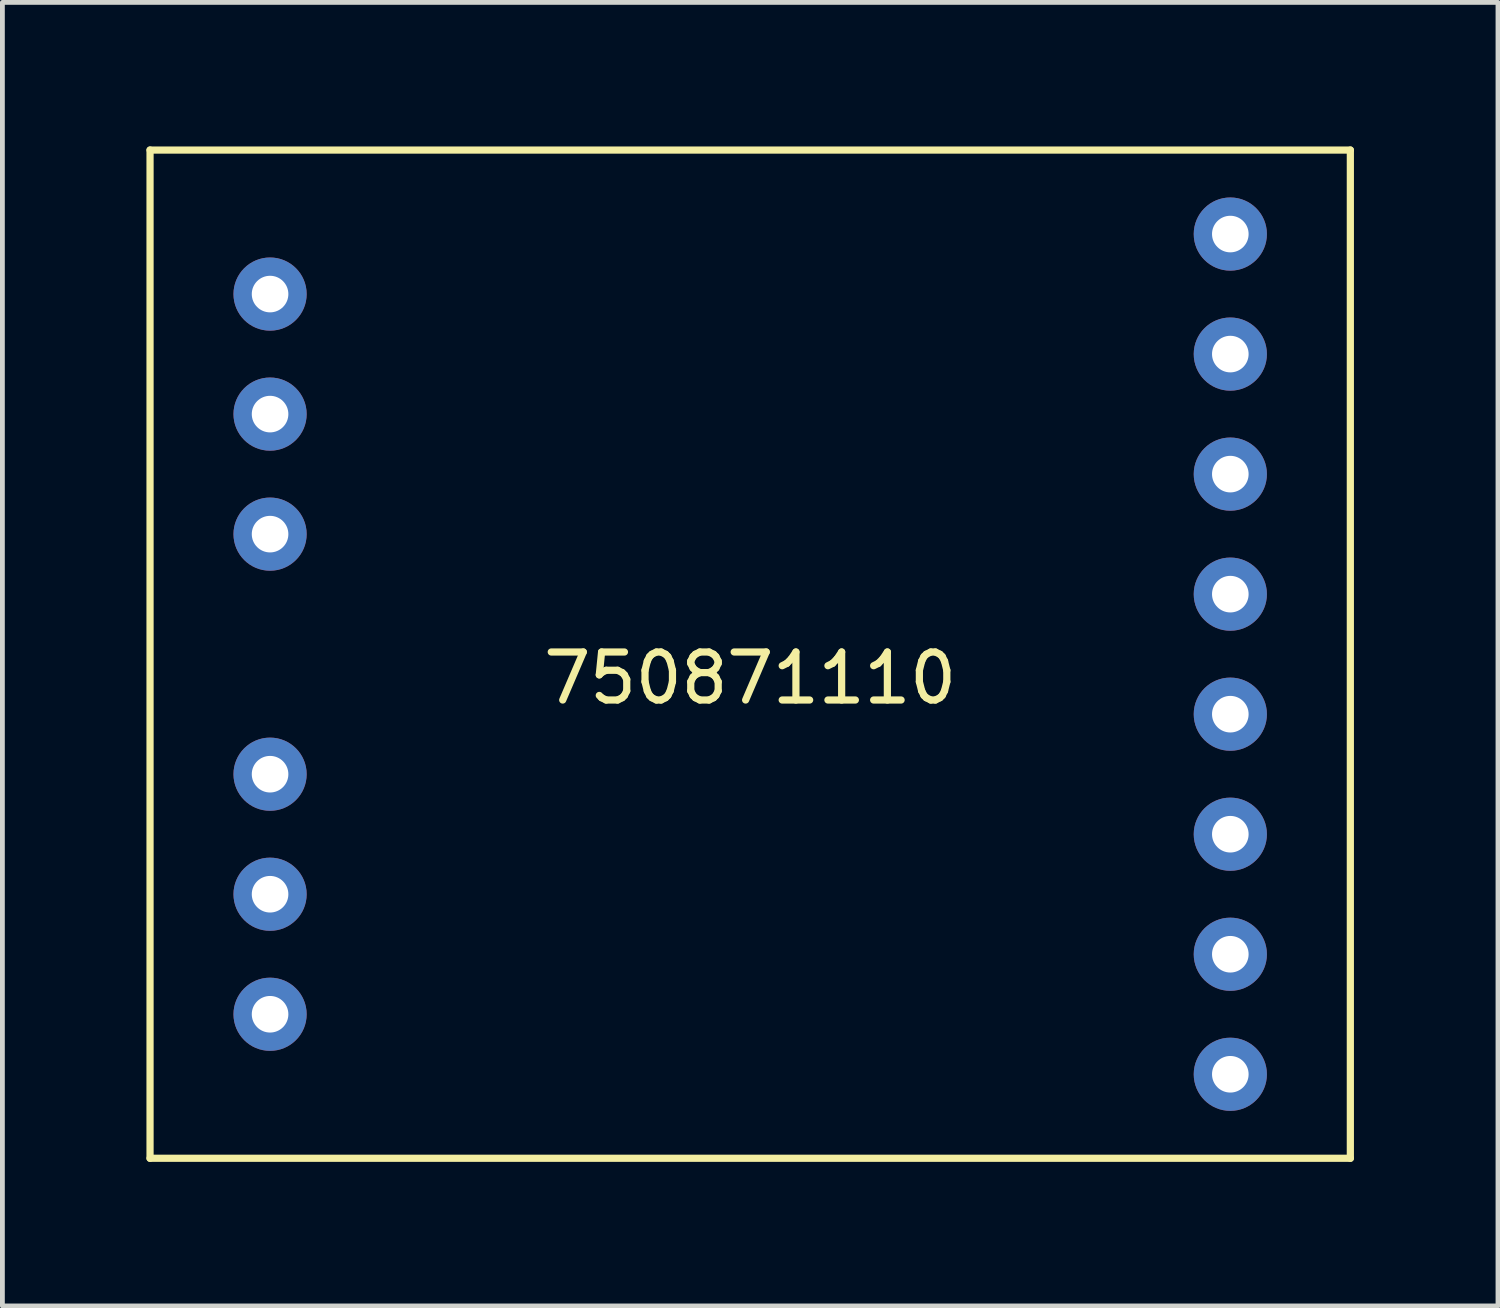
<source format=kicad_pcb>
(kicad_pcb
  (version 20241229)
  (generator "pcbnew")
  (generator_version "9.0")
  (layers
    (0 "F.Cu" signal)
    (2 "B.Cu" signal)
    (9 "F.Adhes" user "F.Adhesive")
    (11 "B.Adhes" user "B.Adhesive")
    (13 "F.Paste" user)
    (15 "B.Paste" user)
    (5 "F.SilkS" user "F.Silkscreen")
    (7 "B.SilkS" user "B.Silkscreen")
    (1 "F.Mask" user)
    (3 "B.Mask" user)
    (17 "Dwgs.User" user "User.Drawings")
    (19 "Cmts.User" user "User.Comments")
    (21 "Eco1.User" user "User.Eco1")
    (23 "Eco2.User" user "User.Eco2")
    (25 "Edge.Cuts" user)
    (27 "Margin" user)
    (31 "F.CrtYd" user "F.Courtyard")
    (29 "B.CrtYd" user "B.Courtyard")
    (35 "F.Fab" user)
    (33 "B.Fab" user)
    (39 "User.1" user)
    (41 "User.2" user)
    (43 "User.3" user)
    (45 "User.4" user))
  (footprint "750871110"
    (layer "F.Cu")
    (at 12.575 10.575)
    (property "Reference" "750871110" (at 0 0.5 0) (layer "F.SilkS") (effects (font (size 1 1) (thickness 0.15))))
    (attr through_hole)
    (fp_line (start -12.5 -10.5) (end 12.5 -10.5) (stroke (width 0.15) (type solid)) (layer "F.SilkS"))
    (fp_line (start -12.5 10.5) (end -12.5 -10.5) (stroke (width 0.15) (type solid)) (layer "F.SilkS"))
    (fp_line (start 12.5 -10.5) (end 12.5 10.5) (stroke (width 0.15) (type solid)) (layer "F.SilkS"))
    (fp_line (start 12.5 10.5) (end -12.5 10.5) (stroke (width 0.15) (type solid)) (layer "F.SilkS"))
    (pad "1" thru_hole circle (at -10 -7.5) (size 1.524 1.524) (drill 0.762) (layers "*.Cu" "*.Mask"))
    (pad "2" thru_hole circle (at -10 -5) (size 1.524 1.524) (drill 0.762) (layers "*.Cu" "*.Mask"))
    (pad "3" thru_hole circle (at -10 -2.5) (size 1.524 1.524) (drill 0.762) (layers "*.Cu" "*.Mask"))
    (pad "4" thru_hole circle (at -10 2.5) (size 1.524 1.524) (drill 0.762) (layers "*.Cu" "*.Mask"))
    (pad "5" thru_hole circle (at -10 5) (size 1.524 1.524) (drill 0.762) (layers "*.Cu" "*.Mask"))
    (pad "6" thru_hole circle (at -10 7.5) (size 1.524 1.524) (drill 0.762) (layers "*.Cu" "*.Mask"))
    (pad "7" thru_hole circle (at 10 8.75) (size 1.524 1.524) (drill 0.762) (layers "*.Cu" "*.Mask"))
    (pad "8" thru_hole circle (at 10 6.25) (size 1.524 1.524) (drill 0.762) (layers "*.Cu" "*.Mask"))
    (pad "9" thru_hole circle (at 10 3.75) (size 1.524 1.524) (drill 0.762) (layers "*.Cu" "*.Mask"))
    (pad "10" thru_hole circle (at 10 1.25) (size 1.524 1.524) (drill 0.762) (layers "*.Cu" "*.Mask"))
    (pad "11" thru_hole circle (at 10 -1.25) (size 1.524 1.524) (drill 0.762) (layers "*.Cu" "*.Mask"))
    (pad "12" thru_hole circle (at 10 -3.75) (size 1.524 1.524) (drill 0.762) (layers "*.Cu" "*.Mask"))
    (pad "13" thru_hole circle (at 10 -6.25) (size 1.524 1.524) (drill 0.762) (layers "*.Cu" "*.Mask"))
    (pad "14" thru_hole circle (at 10 -8.75) (size 1.524 1.524) (drill 0.762) (layers "*.Cu" "*.Mask")))
  (gr_rect
    (start -3 -3)
    (end 28.15 24.15)
    (stroke (width 0.1) (type default))
    (fill no)
    (layer "Edge.Cuts")))
</source>
